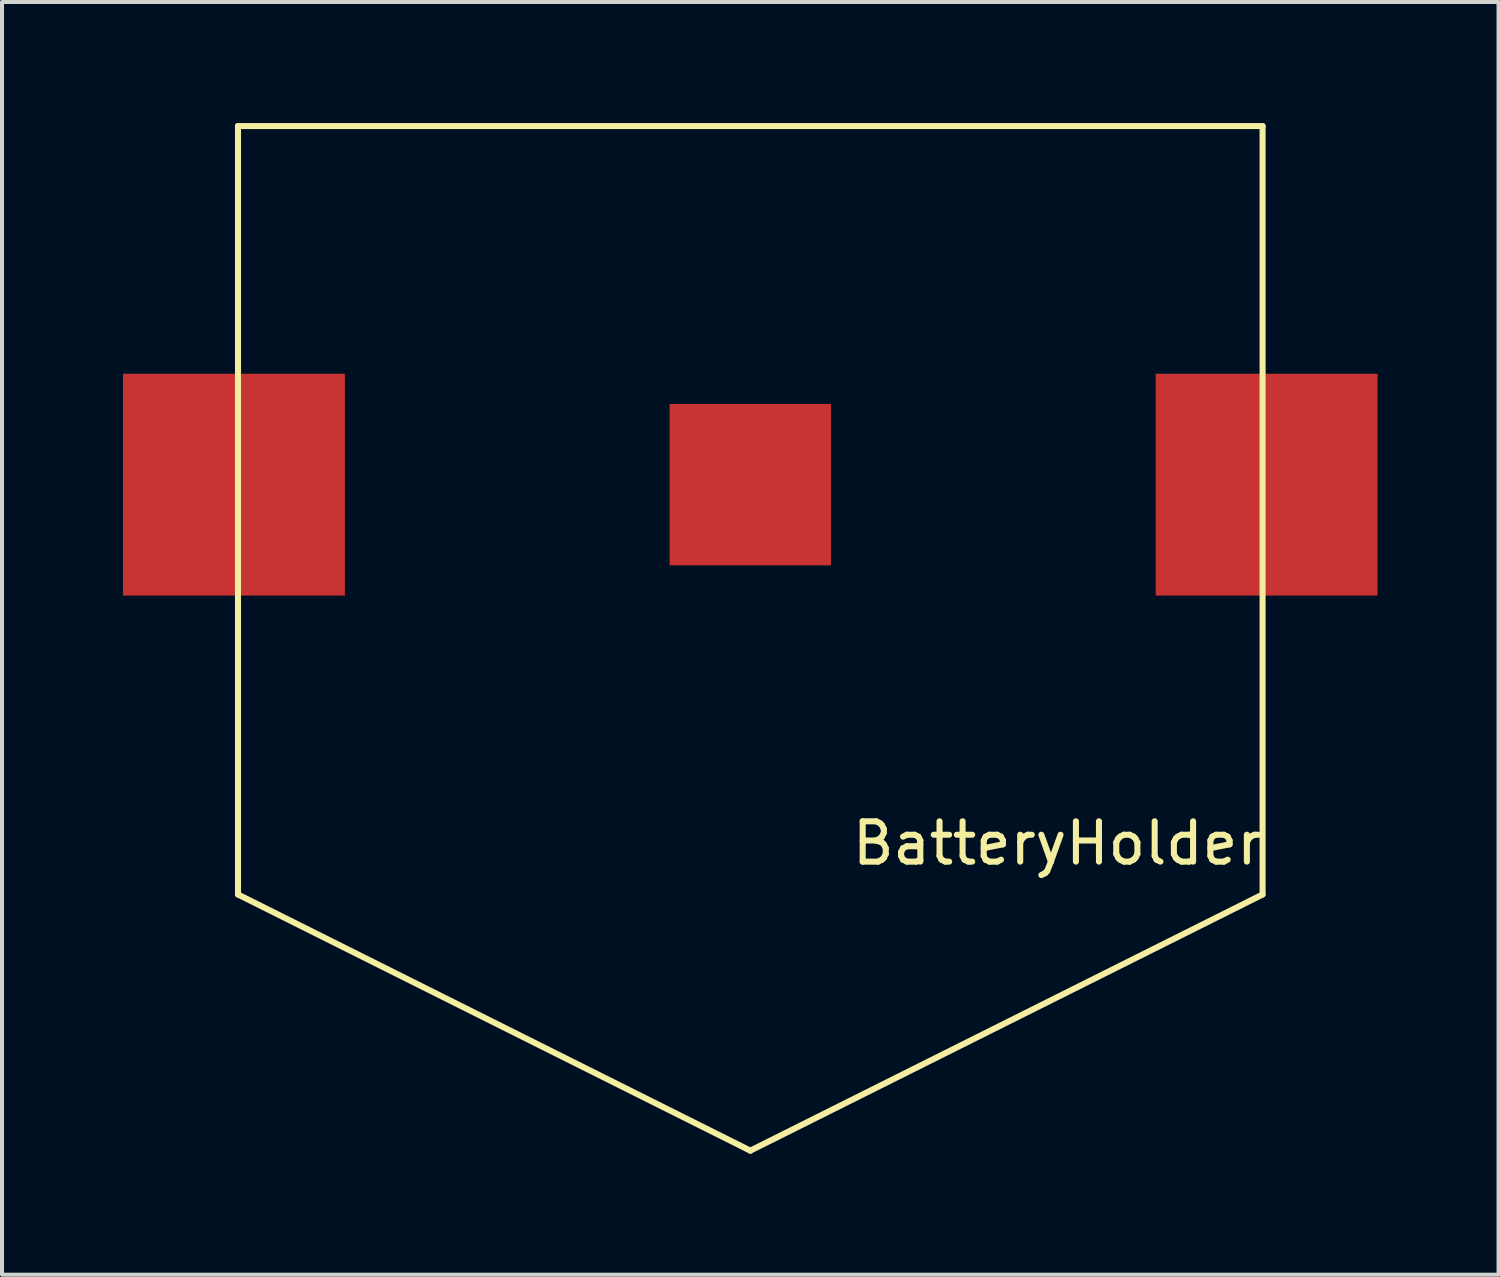
<source format=kicad_pcb>
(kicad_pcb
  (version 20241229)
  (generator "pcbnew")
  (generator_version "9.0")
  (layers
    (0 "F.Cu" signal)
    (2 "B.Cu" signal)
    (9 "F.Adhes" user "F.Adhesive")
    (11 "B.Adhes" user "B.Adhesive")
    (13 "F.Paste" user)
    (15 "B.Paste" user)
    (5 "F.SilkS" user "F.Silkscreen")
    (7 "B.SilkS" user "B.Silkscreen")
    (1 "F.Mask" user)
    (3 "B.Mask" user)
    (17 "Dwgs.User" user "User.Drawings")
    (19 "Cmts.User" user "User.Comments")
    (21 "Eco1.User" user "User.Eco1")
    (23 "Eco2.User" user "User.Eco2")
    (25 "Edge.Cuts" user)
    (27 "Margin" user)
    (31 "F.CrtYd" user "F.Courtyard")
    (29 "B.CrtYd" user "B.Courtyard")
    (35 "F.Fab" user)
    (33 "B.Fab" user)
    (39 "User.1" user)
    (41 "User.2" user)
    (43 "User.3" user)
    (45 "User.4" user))
  (footprint "BatteryHolder"
    (layer "F.Cu")
    (at 15.55 8.965)
    (property "Reference" "BatteryHolder" (at 7.62 8.89 0) (layer "F.SilkS") (effects (font (size 1 1) (thickness 0.15))))
    (attr through_hole)
    (fp_line (start -12.7 -8.89) (end 12.7 -8.89) (stroke (width 0.15) (type solid)) (layer "F.SilkS"))
    (fp_line (start -12.7 10.16) (end -12.7 -8.89) (stroke (width 0.15) (type solid)) (layer "F.SilkS"))
    (fp_line (start 0 16.51) (end -12.7 10.16) (stroke (width 0.15) (type solid)) (layer "F.SilkS"))
    (fp_line (start 12.7 -8.89) (end 12.7 10.16) (stroke (width 0.15) (type solid)) (layer "F.SilkS"))
    (fp_line (start 12.7 10.16) (end 0 16.51) (stroke (width 0.15) (type solid)) (layer "F.SilkS"))
    (pad "1" smd rect (at -12.8 0) (size 5.5 5.5) (layers "F.Cu" "F.Mask" "F.Paste"))
    (pad "1" smd rect (at 12.8 0) (size 5.5 5.5) (layers "F.Cu" "F.Mask" "F.Paste"))
    (pad "2" smd rect (at 0 0) (size 4 4) (layers "F.Cu" "F.Mask" "F.Paste")))
  (gr_rect
    (start -3 -3)
    (end 34.1 28.55)
    (stroke (width 0.1) (type default))
    (fill no)
    (layer "Edge.Cuts")))
</source>
